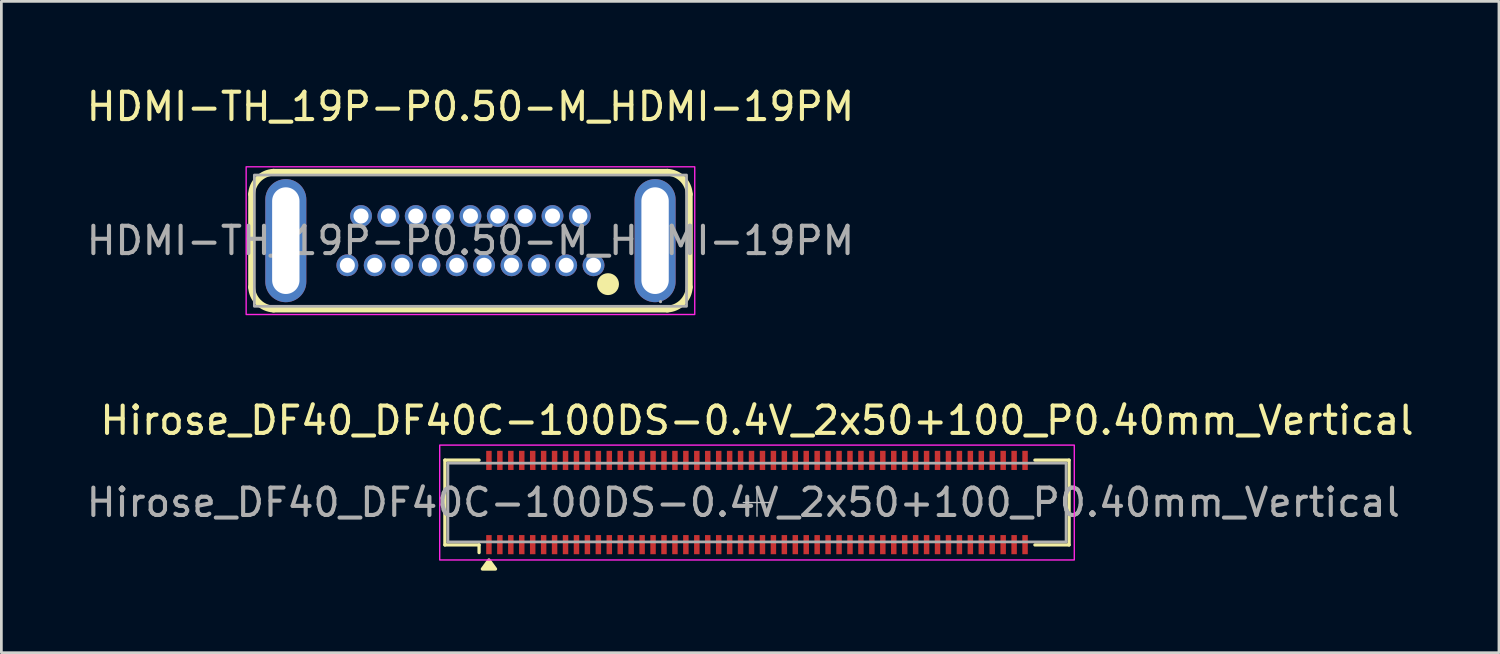
<source format=kicad_pcb>
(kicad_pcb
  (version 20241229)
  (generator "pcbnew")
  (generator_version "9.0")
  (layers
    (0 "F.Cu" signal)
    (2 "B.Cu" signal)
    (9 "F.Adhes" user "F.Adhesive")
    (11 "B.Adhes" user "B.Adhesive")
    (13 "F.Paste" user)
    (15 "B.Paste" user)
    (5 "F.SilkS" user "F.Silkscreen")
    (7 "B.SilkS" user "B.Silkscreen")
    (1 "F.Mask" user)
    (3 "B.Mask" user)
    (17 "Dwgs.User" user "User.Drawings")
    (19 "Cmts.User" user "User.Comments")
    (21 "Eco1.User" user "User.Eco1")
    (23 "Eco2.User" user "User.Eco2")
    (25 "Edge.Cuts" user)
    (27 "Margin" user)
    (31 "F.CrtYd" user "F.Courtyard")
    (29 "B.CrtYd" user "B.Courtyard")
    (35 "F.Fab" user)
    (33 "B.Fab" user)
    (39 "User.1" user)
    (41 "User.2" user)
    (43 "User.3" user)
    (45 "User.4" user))
  (footprint "HDMI-TH_19P-P0.50-M_HDMI-19PM"
    (layer "F.Cu")
    (at 14.149 5.748)
    (property "Reference" "HDMI-TH_19P-P0.50-M_HDMI-19PM" (at 0 -4.9 0) (layer "F.SilkS") (effects (font (size 1 1) (thickness 0.15))))
    (attr through_hole)
    (fp_line (start -8 -1.7) (end -8 1.7) (stroke (width 0.25) (type solid)) (layer "F.SilkS"))
    (fp_line (start -7.2 -2.5) (end 7.2 -2.5) (stroke (width 0.25) (type solid)) (layer "F.SilkS"))
    (fp_line (start 7.2 2.5) (end -7.2 2.5) (stroke (width 0.25) (type solid)) (layer "F.SilkS"))
    (fp_line (start 8 1.7) (end 8 -1.7) (stroke (width 0.25) (type solid)) (layer "F.SilkS"))
    (fp_arc (start -8 -1.7) (mid -7.754006 -2.255279) (end -7.198202 -2.500084) (stroke (width 0.25) (type solid)) (layer "F.SilkS"))
    (fp_arc (start -7.2 2.5) (mid -7.755279 2.254006) (end -8.000084 1.698202) (stroke (width 0.25) (type solid)) (layer "F.SilkS"))
    (fp_arc (start 7.2 -2.5) (mid 7.755279 -2.254006) (end 8.000084 -1.698202) (stroke (width 0.25) (type solid)) (layer "F.SilkS"))
    (fp_arc (start 8 1.7) (mid 7.754006 2.255279) (end 7.198202 2.500084) (stroke (width 0.25) (type solid)) (layer "F.SilkS"))
    (fp_circle (center 5.03 1.59) (end 5.23 1.59) (stroke (width 0.4) (type solid)) (fill no) (layer "F.SilkS"))
    (fp_rect (start -8.2 -2.7) (end 8.2 2.7) (stroke (width 0.05) (type default)) (fill no) (layer "F.CrtYd"))
    (fp_rect (start -7.9 -2.4) (end 7.9 2.4) (stroke (width 0.1) (type default)) (fill no) (layer "F.Fab"))
    (fp_circle (center 6.95 2.23) (end 6.98 2.23) (stroke (width 0.06) (type solid)) (fill no) (layer "F.Fab"))
    (fp_text user "${REFERENCE}" (at 0 0 0) (layer "F.Fab") (effects (font (size 1 1) (thickness 0.15))))
    (pad "1" thru_hole circle (at 4.5 0.9) (size 0.8 0.8) (drill 0.55) (layers "*.Cu" "*.Mask"))
    (pad "2" thru_hole circle (at 4 -0.9) (size 0.8 0.8) (drill 0.55) (layers "*.Cu" "*.Mask"))
    (pad "3" thru_hole circle (at 3.5 0.9) (size 0.8 0.8) (drill 0.55) (layers "*.Cu" "*.Mask"))
    (pad "4" thru_hole circle (at 3 -0.9) (size 0.8 0.8) (drill 0.55) (layers "*.Cu" "*.Mask"))
    (pad "5" thru_hole circle (at 2.5 0.9) (size 0.8 0.8) (drill 0.55) (layers "*.Cu" "*.Mask"))
    (pad "6" thru_hole circle (at 2 -0.9) (size 0.8 0.8) (drill 0.55) (layers "*.Cu" "*.Mask"))
    (pad "7" thru_hole circle (at 1.5 0.9) (size 0.8 0.8) (drill 0.55) (layers "*.Cu" "*.Mask"))
    (pad "8" thru_hole circle (at 1 -0.9) (size 0.8 0.8) (drill 0.55) (layers "*.Cu" "*.Mask"))
    (pad "9" thru_hole circle (at 0.5 0.9) (size 0.8 0.8) (drill 0.55) (layers "*.Cu" "*.Mask"))
    (pad "10" thru_hole circle (at 0 -0.9) (size 0.8 0.8) (drill 0.55) (layers "*.Cu" "*.Mask"))
    (pad "11" thru_hole circle (at -0.5 0.9) (size 0.8 0.8) (drill 0.55) (layers "*.Cu" "*.Mask"))
    (pad "12" thru_hole circle (at -1 -0.9) (size 0.8 0.8) (drill 0.55) (layers "*.Cu" "*.Mask"))
    (pad "13" thru_hole circle (at -1.5 0.9) (size 0.8 0.8) (drill 0.55) (layers "*.Cu" "*.Mask"))
    (pad "14" thru_hole circle (at -2 -0.9) (size 0.8 0.8) (drill 0.55) (layers "*.Cu" "*.Mask"))
    (pad "15" thru_hole circle (at -2.5 0.9) (size 0.8 0.8) (drill 0.55) (layers "*.Cu" "*.Mask"))
    (pad "16" thru_hole circle (at -3 -0.9) (size 0.8 0.8) (drill 0.55) (layers "*.Cu" "*.Mask"))
    (pad "17" thru_hole circle (at -3.5 0.9) (size 0.8 0.8) (drill 0.55) (layers "*.Cu" "*.Mask"))
    (pad "18" thru_hole circle (at -4 -0.9) (size 0.8 0.8) (drill 0.55) (layers "*.Cu" "*.Mask"))
    (pad "19" thru_hole circle (at -4.5 0.9) (size 0.8 0.8) (drill 0.55) (layers "*.Cu" "*.Mask"))
    (pad "SH" thru_hole oval (at -6.75 0) (size 1.5 4.5) (drill oval 1 3.9) (layers "*.Cu" "*.Mask"))
    (pad "SH" thru_hole oval (at 6.75 0) (size 1.5 4.5) (drill oval 1 3.9) (layers "*.Cu" "*.Mask")))
  (footprint "Hirose_DF40_DF40C-100DS-0.4V_2x50+100_P0.40mm_Vertical"
    (layer "F.Cu")
    (at 24.625 15.322)
    (property "Reference" "Hirose_DF40_DF40C-100DS-0.4V_2x50+100_P0.40mm_Vertical" (at 0 -3 0) (layer "F.SilkS") (effects (font (size 1 1) (thickness 0.15))))
    (attr smd)
    (fp_line (start -11.41 -1.55) (end -10.16 -1.55) (stroke (width 0.12) (type solid)) (layer "F.SilkS"))
    (fp_line (start -11.41 1.55) (end -11.41 -1.55) (stroke (width 0.12) (type solid)) (layer "F.SilkS"))
    (fp_line (start -11.41 1.55) (end -10.16 1.55) (stroke (width 0.12) (type solid)) (layer "F.SilkS"))
    (fp_line (start -10.16 1.83) (end -10.16 1.55) (stroke (width 0.12) (type solid)) (layer "F.SilkS"))
    (fp_line (start 10.16 -1.55) (end 11.41 -1.55) (stroke (width 0.12) (type solid)) (layer "F.SilkS"))
    (fp_line (start 10.16 1.55) (end 11.41 1.55) (stroke (width 0.12) (type solid)) (layer "F.SilkS"))
    (fp_line (start 11.41 1.55) (end 11.41 -1.55) (stroke (width 0.12) (type solid)) (layer "F.SilkS"))
    (fp_poly (pts (xy -9.8 2.1) (xy -9.56 2.43) (xy -10.04 2.43) (xy -9.8 2.1)) (stroke (width 0.12) (type solid)) (fill yes) (layer "F.SilkS"))
    (fp_line (start -0.5 0) (end 0.5 0) (stroke (width 0.05) (type solid)) (layer "Dwgs.User"))
    (fp_line (start 0 0.5) (end 0 -0.5) (stroke (width 0.05) (type solid)) (layer "Dwgs.User"))
    (fp_rect (start -11.6 -2.1) (end 11.6 2.1) (stroke (width 0.05) (type default)) (fill no) (layer "F.CrtYd"))
    (fp_line (start -11.3 -1.44) (end 11.3 -1.44) (stroke (width 0.1) (type solid)) (layer "F.Fab"))
    (fp_line (start -11.3 1.44) (end -11.3 -1.44) (stroke (width 0.1) (type solid)) (layer "F.Fab"))
    (fp_line (start -11.3 1.44) (end 11.3 1.44) (stroke (width 0.1) (type solid)) (layer "F.Fab"))
    (fp_line (start 11.3 1.44) (end 11.3 -1.44) (stroke (width 0.1) (type solid)) (layer "F.Fab"))
    (fp_text user "${REFERENCE}" (at -0.5 0 180) (layer "F.Fab") (effects (font (size 1 1) (thickness 0.15))))
    (pad "101" smd rect (at -9.8 1.54 180) (size 0.2 0.7) (layers "F.Cu" "F.Mask" "F.Paste"))
    (pad "102" smd rect (at -9.8 -1.54 180) (size 0.2 0.7) (layers "F.Cu" "F.Mask" "F.Paste"))
    (pad "103" smd rect (at -9.4 1.54 180) (size 0.2 0.7) (layers "F.Cu" "F.Mask" "F.Paste"))
    (pad "104" smd rect (at -9.4 -1.54 180) (size 0.2 0.7) (layers "F.Cu" "F.Mask" "F.Paste"))
    (pad "105" smd rect (at -9 1.54 180) (size 0.2 0.7) (layers "F.Cu" "F.Mask" "F.Paste"))
    (pad "106" smd rect (at -9 -1.54 180) (size 0.2 0.7) (layers "F.Cu" "F.Mask" "F.Paste"))
    (pad "107" smd rect (at -8.6 1.54 180) (size 0.2 0.7) (layers "F.Cu" "F.Mask" "F.Paste"))
    (pad "108" smd rect (at -8.6 -1.54 180) (size 0.2 0.7) (layers "F.Cu" "F.Mask" "F.Paste"))
    (pad "109" smd rect (at -8.2 1.54 180) (size 0.2 0.7) (layers "F.Cu" "F.Mask" "F.Paste"))
    (pad "110" smd rect (at -8.2 -1.54 180) (size 0.2 0.7) (layers "F.Cu" "F.Mask" "F.Paste"))
    (pad "111" smd rect (at -7.8 1.54 180) (size 0.2 0.7) (layers "F.Cu" "F.Mask" "F.Paste"))
    (pad "112" smd rect (at -7.8 -1.54 180) (size 0.2 0.7) (layers "F.Cu" "F.Mask" "F.Paste"))
    (pad "113" smd rect (at -7.4 1.54 180) (size 0.2 0.7) (layers "F.Cu" "F.Mask" "F.Paste"))
    (pad "114" smd rect (at -7.4 -1.54 180) (size 0.2 0.7) (layers "F.Cu" "F.Mask" "F.Paste"))
    (pad "115" smd rect (at -7 1.54 180) (size 0.2 0.7) (layers "F.Cu" "F.Mask" "F.Paste"))
    (pad "116" smd rect (at -7 -1.54 180) (size 0.2 0.7) (layers "F.Cu" "F.Mask" "F.Paste"))
    (pad "117" smd rect (at -6.6 1.54 180) (size 0.2 0.7) (layers "F.Cu" "F.Mask" "F.Paste"))
    (pad "118" smd rect (at -6.6 -1.54 180) (size 0.2 0.7) (layers "F.Cu" "F.Mask" "F.Paste"))
    (pad "119" smd rect (at -6.2 1.54 180) (size 0.2 0.7) (layers "F.Cu" "F.Mask" "F.Paste"))
    (pad "120" smd rect (at -6.2 -1.54 180) (size 0.2 0.7) (layers "F.Cu" "F.Mask" "F.Paste"))
    (pad "121" smd rect (at -5.8 1.54 180) (size 0.2 0.7) (layers "F.Cu" "F.Mask" "F.Paste"))
    (pad "122" smd rect (at -5.8 -1.54 180) (size 0.2 0.7) (layers "F.Cu" "F.Mask" "F.Paste"))
    (pad "123" smd rect (at -5.4 1.54 180) (size 0.2 0.7) (layers "F.Cu" "F.Mask" "F.Paste"))
    (pad "124" smd rect (at -5.4 -1.54 180) (size 0.2 0.7) (layers "F.Cu" "F.Mask" "F.Paste"))
    (pad "125" smd rect (at -5 1.54 180) (size 0.2 0.7) (layers "F.Cu" "F.Mask" "F.Paste"))
    (pad "126" smd rect (at -5 -1.54 180) (size 0.2 0.7) (layers "F.Cu" "F.Mask" "F.Paste"))
    (pad "127" smd rect (at -4.6 1.54 180) (size 0.2 0.7) (layers "F.Cu" "F.Mask" "F.Paste"))
    (pad "128" smd rect (at -4.6 -1.54 180) (size 0.2 0.7) (layers "F.Cu" "F.Mask" "F.Paste"))
    (pad "129" smd rect (at -4.2 1.54 180) (size 0.2 0.7) (layers "F.Cu" "F.Mask" "F.Paste"))
    (pad "130" smd rect (at -4.2 -1.54 180) (size 0.2 0.7) (layers "F.Cu" "F.Mask" "F.Paste"))
    (pad "131" smd rect (at -3.8 1.54 180) (size 0.2 0.7) (layers "F.Cu" "F.Mask" "F.Paste"))
    (pad "132" smd rect (at -3.8 -1.54 180) (size 0.2 0.7) (layers "F.Cu" "F.Mask" "F.Paste"))
    (pad "133" smd rect (at -3.4 1.54 180) (size 0.2 0.7) (layers "F.Cu" "F.Mask" "F.Paste"))
    (pad "134" smd rect (at -3.4 -1.54 180) (size 0.2 0.7) (layers "F.Cu" "F.Mask" "F.Paste"))
    (pad "135" smd rect (at -3 1.54 180) (size 0.2 0.7) (layers "F.Cu" "F.Mask" "F.Paste"))
    (pad "136" smd rect (at -3 -1.54 180) (size 0.2 0.7) (layers "F.Cu" "F.Mask" "F.Paste"))
    (pad "137" smd rect (at -2.6 1.54 180) (size 0.2 0.7) (layers "F.Cu" "F.Mask" "F.Paste"))
    (pad "138" smd rect (at -2.6 -1.54 180) (size 0.2 0.7) (layers "F.Cu" "F.Mask" "F.Paste"))
    (pad "139" smd rect (at -2.2 1.54 180) (size 0.2 0.7) (layers "F.Cu" "F.Mask" "F.Paste"))
    (pad "140" smd rect (at -2.2 -1.54 180) (size 0.2 0.7) (layers "F.Cu" "F.Mask" "F.Paste"))
    (pad "141" smd rect (at -1.8 1.54 180) (size 0.2 0.7) (layers "F.Cu" "F.Mask" "F.Paste"))
    (pad "142" smd rect (at -1.8 -1.54 180) (size 0.2 0.7) (layers "F.Cu" "F.Mask" "F.Paste"))
    (pad "143" smd rect (at -1.4 1.54 180) (size 0.2 0.7) (layers "F.Cu" "F.Mask" "F.Paste"))
    (pad "144" smd rect (at -1.4 -1.54 180) (size 0.2 0.7) (layers "F.Cu" "F.Mask" "F.Paste"))
    (pad "145" smd rect (at -1 1.54 180) (size 0.2 0.7) (layers "F.Cu" "F.Mask" "F.Paste"))
    (pad "146" smd rect (at -1 -1.54 180) (size 0.2 0.7) (layers "F.Cu" "F.Mask" "F.Paste"))
    (pad "147" smd rect (at -0.6 1.54 180) (size 0.2 0.7) (layers "F.Cu" "F.Mask" "F.Paste"))
    (pad "148" smd rect (at -0.6 -1.54 180) (size 0.2 0.7) (layers "F.Cu" "F.Mask" "F.Paste"))
    (pad "149" smd rect (at -0.2 1.54 180) (size 0.2 0.7) (layers "F.Cu" "F.Mask" "F.Paste"))
    (pad "150" smd rect (at -0.2 -1.54 180) (size 0.2 0.7) (layers "F.Cu" "F.Mask" "F.Paste"))
    (pad "151" smd rect (at 0.2 1.54 180) (size 0.2 0.7) (layers "F.Cu" "F.Mask" "F.Paste"))
    (pad "152" smd rect (at 0.2 -1.54 180) (size 0.2 0.7) (layers "F.Cu" "F.Mask" "F.Paste"))
    (pad "153" smd rect (at 0.6 1.54 180) (size 0.2 0.7) (layers "F.Cu" "F.Mask" "F.Paste"))
    (pad "154" smd rect (at 0.6 -1.54 180) (size 0.2 0.7) (layers "F.Cu" "F.Mask" "F.Paste"))
    (pad "155" smd rect (at 1 1.54 180) (size 0.2 0.7) (layers "F.Cu" "F.Mask" "F.Paste"))
    (pad "156" smd rect (at 1 -1.54 180) (size 0.2 0.7) (layers "F.Cu" "F.Mask" "F.Paste"))
    (pad "157" smd rect (at 1.4 1.54 180) (size 0.2 0.7) (layers "F.Cu" "F.Mask" "F.Paste"))
    (pad "158" smd rect (at 1.4 -1.54 180) (size 0.2 0.7) (layers "F.Cu" "F.Mask" "F.Paste"))
    (pad "159" smd rect (at 1.8 1.54 180) (size 0.2 0.7) (layers "F.Cu" "F.Mask" "F.Paste"))
    (pad "160" smd rect (at 1.8 -1.54 180) (size 0.2 0.7) (layers "F.Cu" "F.Mask" "F.Paste"))
    (pad "161" smd rect (at 2.2 1.54 180) (size 0.2 0.7) (layers "F.Cu" "F.Mask" "F.Paste"))
    (pad "162" smd rect (at 2.2 -1.54 180) (size 0.2 0.7) (layers "F.Cu" "F.Mask" "F.Paste"))
    (pad "163" smd rect (at 2.6 1.54 180) (size 0.2 0.7) (layers "F.Cu" "F.Mask" "F.Paste"))
    (pad "164" smd rect (at 2.6 -1.54 180) (size 0.2 0.7) (layers "F.Cu" "F.Mask" "F.Paste"))
    (pad "165" smd rect (at 3 1.54 180) (size 0.2 0.7) (layers "F.Cu" "F.Mask" "F.Paste"))
    (pad "166" smd rect (at 3 -1.54 180) (size 0.2 0.7) (layers "F.Cu" "F.Mask" "F.Paste"))
    (pad "167" smd rect (at 3.4 1.54 180) (size 0.2 0.7) (layers "F.Cu" "F.Mask" "F.Paste"))
    (pad "168" smd rect (at 3.4 -1.54 180) (size 0.2 0.7) (layers "F.Cu" "F.Mask" "F.Paste"))
    (pad "169" smd rect (at 3.8 1.54 180) (size 0.2 0.7) (layers "F.Cu" "F.Mask" "F.Paste"))
    (pad "170" smd rect (at 3.8 -1.54 180) (size 0.2 0.7) (layers "F.Cu" "F.Mask" "F.Paste"))
    (pad "171" smd rect (at 4.2 1.54 180) (size 0.2 0.7) (layers "F.Cu" "F.Mask" "F.Paste"))
    (pad "172" smd rect (at 4.2 -1.54 180) (size 0.2 0.7) (layers "F.Cu" "F.Mask" "F.Paste"))
    (pad "173" smd rect (at 4.6 1.54 180) (size 0.2 0.7) (layers "F.Cu" "F.Mask" "F.Paste"))
    (pad "174" smd rect (at 4.6 -1.54 180) (size 0.2 0.7) (layers "F.Cu" "F.Mask" "F.Paste"))
    (pad "175" smd rect (at 5 1.54 180) (size 0.2 0.7) (layers "F.Cu" "F.Mask" "F.Paste"))
    (pad "176" smd rect (at 5 -1.54 180) (size 0.2 0.7) (layers "F.Cu" "F.Mask" "F.Paste"))
    (pad "177" smd rect (at 5.4 1.54 180) (size 0.2 0.7) (layers "F.Cu" "F.Mask" "F.Paste"))
    (pad "178" smd rect (at 5.4 -1.54 180) (size 0.2 0.7) (layers "F.Cu" "F.Mask" "F.Paste"))
    (pad "179" smd rect (at 5.8 1.54 180) (size 0.2 0.7) (layers "F.Cu" "F.Mask" "F.Paste"))
    (pad "180" smd rect (at 5.8 -1.54 180) (size 0.2 0.7) (layers "F.Cu" "F.Mask" "F.Paste"))
    (pad "181" smd rect (at 6.2 1.54 180) (size 0.2 0.7) (layers "F.Cu" "F.Mask" "F.Paste"))
    (pad "182" smd rect (at 6.2 -1.54 180) (size 0.2 0.7) (layers "F.Cu" "F.Mask" "F.Paste"))
    (pad "183" smd rect (at 6.6 1.54 180) (size 0.2 0.7) (layers "F.Cu" "F.Mask" "F.Paste"))
    (pad "184" smd rect (at 6.6 -1.54 180) (size 0.2 0.7) (layers "F.Cu" "F.Mask" "F.Paste"))
    (pad "185" smd rect (at 7 1.54 180) (size 0.2 0.7) (layers "F.Cu" "F.Mask" "F.Paste"))
    (pad "186" smd rect (at 7 -1.54 180) (size 0.2 0.7) (layers "F.Cu" "F.Mask" "F.Paste"))
    (pad "187" smd rect (at 7.4 1.54 180) (size 0.2 0.7) (layers "F.Cu" "F.Mask" "F.Paste"))
    (pad "188" smd rect (at 7.4 -1.54 180) (size 0.2 0.7) (layers "F.Cu" "F.Mask" "F.Paste"))
    (pad "189" smd rect (at 7.8 1.54 180) (size 0.2 0.7) (layers "F.Cu" "F.Mask" "F.Paste"))
    (pad "190" smd rect (at 7.8 -1.54 180) (size 0.2 0.7) (layers "F.Cu" "F.Mask" "F.Paste"))
    (pad "191" smd rect (at 8.2 1.54 180) (size 0.2 0.7) (layers "F.Cu" "F.Mask" "F.Paste"))
    (pad "192" smd rect (at 8.2 -1.54 180) (size 0.2 0.7) (layers "F.Cu" "F.Mask" "F.Paste"))
    (pad "193" smd rect (at 8.6 1.54 180) (size 0.2 0.7) (layers "F.Cu" "F.Mask" "F.Paste"))
    (pad "194" smd rect (at 8.6 -1.54 180) (size 0.2 0.7) (layers "F.Cu" "F.Mask" "F.Paste"))
    (pad "195" smd rect (at 9 1.54 180) (size 0.2 0.7) (layers "F.Cu" "F.Mask" "F.Paste"))
    (pad "196" smd rect (at 9 -1.54 180) (size 0.2 0.7) (layers "F.Cu" "F.Mask" "F.Paste"))
    (pad "197" smd rect (at 9.4 1.54 180) (size 0.2 0.7) (layers "F.Cu" "F.Mask" "F.Paste"))
    (pad "198" smd rect (at 9.4 -1.54 180) (size 0.2 0.7) (layers "F.Cu" "F.Mask" "F.Paste"))
    (pad "199" smd rect (at 9.8 1.54 180) (size 0.2 0.7) (layers "F.Cu" "F.Mask" "F.Paste"))
    (pad "200" smd rect (at 9.8 -1.54 180) (size 0.2 0.7) (layers "F.Cu" "F.Mask" "F.Paste")))
  (gr_rect
    (start -3 -3)
    (end 51.75 20.811)
    (stroke (width 0.1) (type default))
    (fill no)
    (layer "Edge.Cuts")))
</source>
